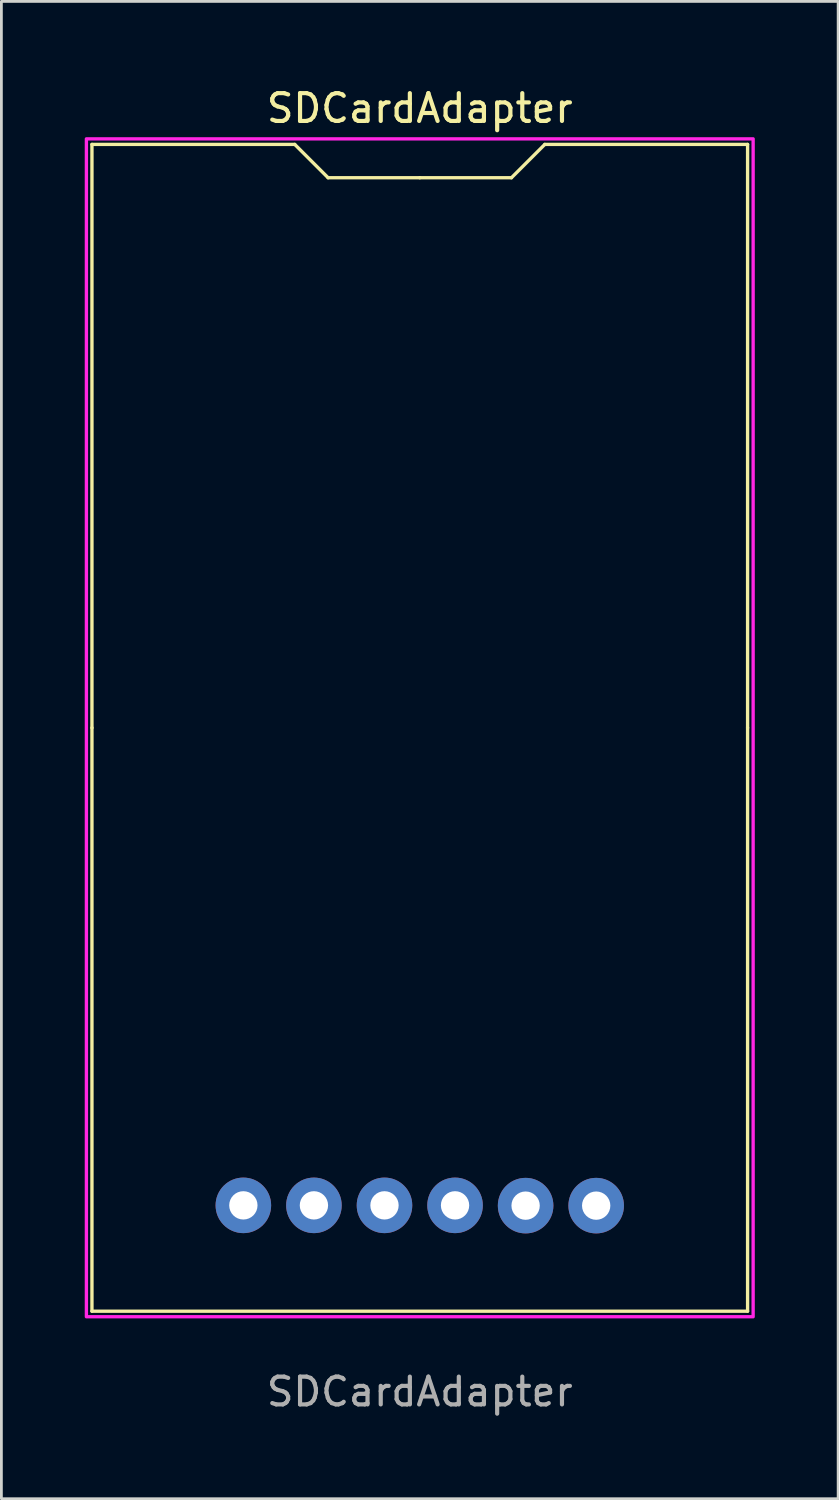
<source format=kicad_pcb>
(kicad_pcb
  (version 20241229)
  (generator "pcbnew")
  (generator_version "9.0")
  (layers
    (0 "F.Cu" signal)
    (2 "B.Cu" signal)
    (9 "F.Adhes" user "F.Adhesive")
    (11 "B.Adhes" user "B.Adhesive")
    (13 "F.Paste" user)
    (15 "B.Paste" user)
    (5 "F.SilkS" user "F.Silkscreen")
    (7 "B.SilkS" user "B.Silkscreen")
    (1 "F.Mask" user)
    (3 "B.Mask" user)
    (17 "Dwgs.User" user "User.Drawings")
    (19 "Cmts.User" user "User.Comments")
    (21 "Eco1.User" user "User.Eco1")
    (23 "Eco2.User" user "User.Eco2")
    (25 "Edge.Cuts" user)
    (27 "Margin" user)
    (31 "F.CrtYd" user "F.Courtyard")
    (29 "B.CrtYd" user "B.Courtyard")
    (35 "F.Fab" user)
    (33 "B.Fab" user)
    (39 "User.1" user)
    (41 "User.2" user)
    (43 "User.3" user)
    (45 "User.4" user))
  (footprint "SDCardAdapter"
    (layer "F.Cu")
    (at 12.06 23.148)
    (property "Reference" "SDCardAdapter" (at 0 -22.3 0) (unlocked yes) (layer "F.SilkS") (effects (font (size 1 1) (thickness 0.15))))
    (attr through_hole)
    (fp_line (start -11.8 -21) (end -4.5 -21) (stroke (width 0.12) (type default)) (layer "F.SilkS"))
    (fp_line (start -11.8 0) (end -11.8 -21) (stroke (width 0.12) (type default)) (layer "F.SilkS"))
    (fp_line (start -11.8 21) (end -11.8 0) (stroke (width 0.12) (type default)) (layer "F.SilkS"))
    (fp_line (start -11.8 21) (end 11.8 21) (stroke (width 0.12) (type default)) (layer "F.SilkS"))
    (fp_line (start -4.5 -21) (end -3.3 -19.8) (stroke (width 0.12) (type default)) (layer "F.SilkS"))
    (fp_line (start -3.3 -19.8) (end 0 -19.8) (stroke (width 0.12) (type default)) (layer "F.SilkS"))
    (fp_line (start 0 -19.8) (end 3.3 -19.8) (stroke (width 0.12) (type default)) (layer "F.SilkS"))
    (fp_line (start 4.5 -21) (end 3.3 -19.8) (stroke (width 0.12) (type default)) (layer "F.SilkS"))
    (fp_line (start 4.5 -21) (end 11.8 -21) (stroke (width 0.12) (type default)) (layer "F.SilkS"))
    (fp_line (start 11.8 0) (end 11.8 -21) (stroke (width 0.12) (type default)) (layer "F.SilkS"))
    (fp_line (start 11.8 21) (end 11.8 0) (stroke (width 0.12) (type default)) (layer "F.SilkS"))
    (fp_rect (start -12 -21.2) (end 12 21.2) (stroke (width 0.12) (type default)) (fill no) (layer "F.CrtYd"))
    (fp_text user "${REFERENCE}" (at 0 23.9 0) (unlocked yes) (layer "F.Fab") (effects (font (size 1 1) (thickness 0.15))))
    (pad "1" thru_hole circle (at -6.35 17.19) (size 2 2) (drill 1.02) (layers "*.Cu" "*.Mask"))
    (pad "2" thru_hole circle (at -3.81 17.19) (size 2 2) (drill 1.02) (layers "*.Cu" "*.Mask"))
    (pad "3" thru_hole circle (at -1.27 17.19) (size 2 2) (drill 1.02) (layers "*.Cu" "*.Mask"))
    (pad "4" thru_hole circle (at 1.27 17.19) (size 2 2) (drill 1.02) (layers "*.Cu" "*.Mask"))
    (pad "5" thru_hole circle (at 3.81 17.2) (size 2 2) (drill 1.02) (layers "*.Cu" "*.Mask"))
    (pad "6" thru_hole circle (at 6.35 17.2) (size 2 2) (drill 1.02) (layers "*.Cu" "*.Mask")))
  (gr_rect
    (start -3 -3)
    (end 27.12 50.897)
    (stroke (width 0.1) (type default))
    (fill no)
    (layer "Edge.Cuts")))
</source>
